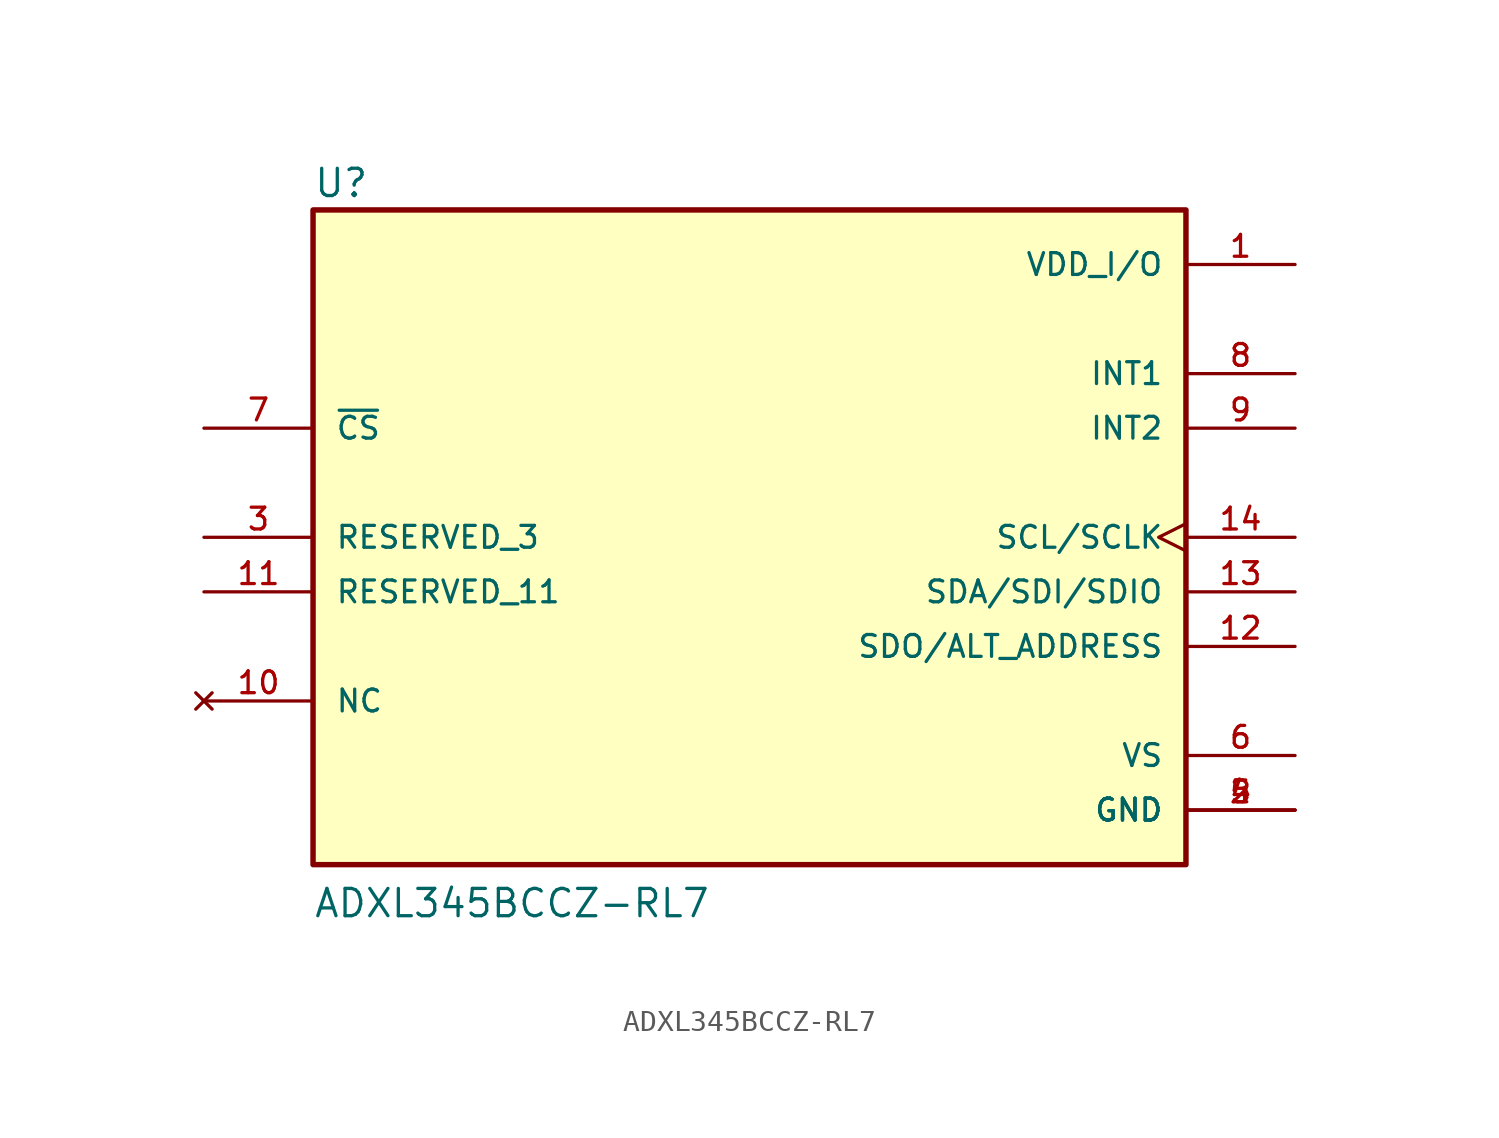
<source format=kicad_sym>
(kicad_symbol_lib
  (version 20211014)
  (generator kicad_symbol_editor)
  (symbol "ADXL345BCCZ-RL7"
    (pin_names
      (offset 1.016))
    (property "Reference" "U"
      (at -20.32 15.748 0.0)
      (effects (font (size 1.27 1.27)) (justify bottom left)))
    (property "Value" "ADXL345BCCZ-RL7"
      (at -20.32 -17.78 0.0)
      (effects (font (size 1.27 1.27)) (justify bottom left)))
    (symbol "ADXL345BCCZ-RL7_0_0"
      (rectangle (start -20.32 -15.24) (end 20.32 15.24) (stroke (width 0.254)) (fill (type background)))
      (pin power_in line (at 25.4 12.7 180.0) (length 5.08) (name "VDD_I/O" (effects (font (size 1.016 1.016)))) (number "1" (effects (font (size 1.016 1.016)))))
      (pin power_in line (at 25.4 -10.16 180.0) (length 5.08) (name "VS" (effects (font (size 1.016 1.016)))) (number "6" (effects (font (size 1.016 1.016)))))
      (pin output line (at 25.4 7.62 180.0) (length 5.08) (name "INT1" (effects (font (size 1.016 1.016)))) (number "8" (effects (font (size 1.016 1.016)))))
      (pin output line (at 25.4 5.08 180.0) (length 5.08) (name "INT2" (effects (font (size 1.016 1.016)))) (number "9" (effects (font (size 1.016 1.016)))))
      (pin input line (at -25.4 5.08 0) (length 5.08) (name "~{CS}" (effects (font (size 1.016 1.016)))) (number "7" (effects (font (size 1.016 1.016)))))
      (pin bidirectional clock (at 25.4 0.0 180.0) (length 5.08) (name "SCL/SCLK" (effects (font (size 1.016 1.016)))) (number "14" (effects (font (size 1.016 1.016)))))
      (pin power_in line (at 25.4 -12.7 180.0) (length 5.08) (name "GND" (effects (font (size 1.016 1.016)))) (number "2" (effects (font (size 1.016 1.016)))))
      (pin power_in line (at 25.4 -12.7 180.0) (length 5.08) (name "GND" (effects (font (size 1.016 1.016)))) (number "4" (effects (font (size 1.016 1.016)))))
      (pin power_in line (at 25.4 -12.7 180.0) (length 5.08) (name "GND" (effects (font (size 1.016 1.016)))) (number "5" (effects (font (size 1.016 1.016)))))
      (pin no_connect line (at -25.4 -7.62 0) (length 5.08) (name "NC" (effects (font (size 1.016 1.016)))) (number "10" (effects (font (size 1.016 1.016)))))
      (pin output line (at 25.4 -5.08 180.0) (length 5.08) (name "SDO/ALT_ADDRESS" (effects (font (size 1.016 1.016)))) (number "12" (effects (font (size 1.016 1.016)))))
      (pin bidirectional line (at 25.4 -2.54 180.0) (length 5.08) (name "SDA/SDI/SDIO" (effects (font (size 1.016 1.016)))) (number "13" (effects (font (size 1.016 1.016)))))
      (pin passive line (at -25.4 -2.54 0) (length 5.08) (name "RESERVED_11" (effects (font (size 1.016 1.016)))) (number "11" (effects (font (size 1.016 1.016)))))
      (pin passive line (at -25.4 0.0 0) (length 5.08) (name "RESERVED_3" (effects (font (size 1.016 1.016)))) (number "3" (effects (font (size 1.016 1.016))))))))
</source>
